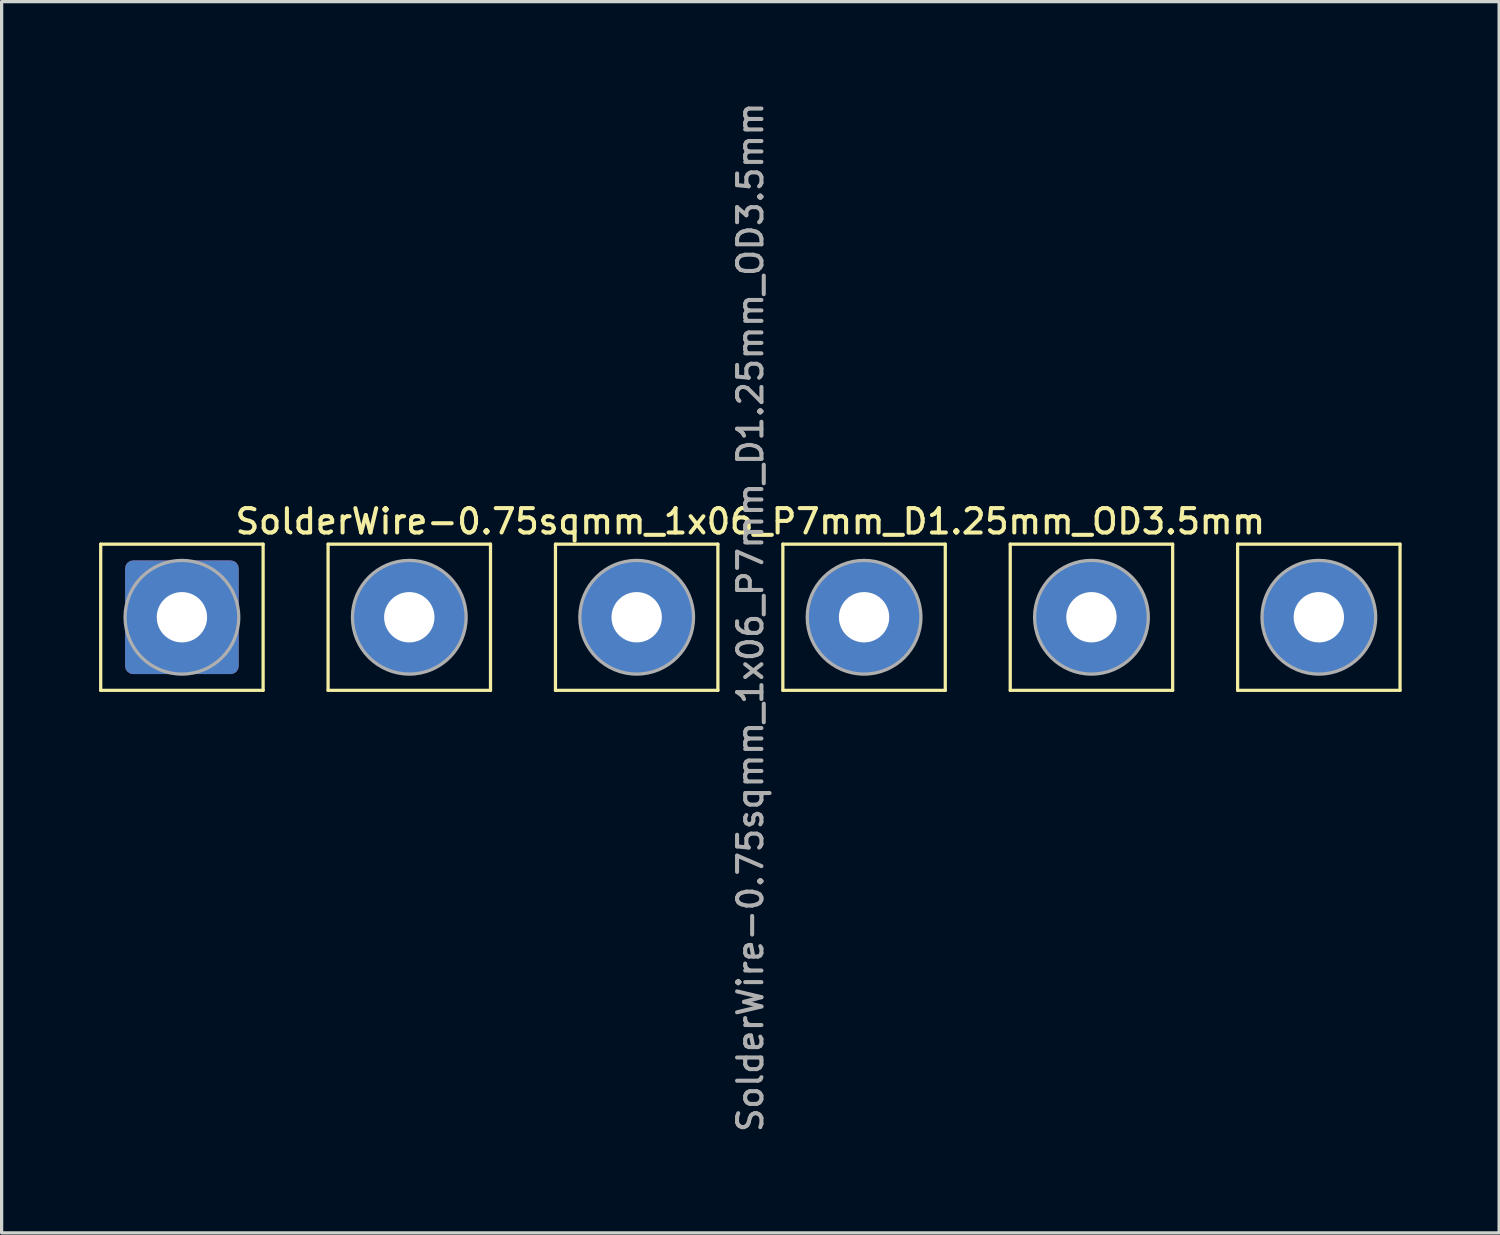
<source format=kicad_pcb>
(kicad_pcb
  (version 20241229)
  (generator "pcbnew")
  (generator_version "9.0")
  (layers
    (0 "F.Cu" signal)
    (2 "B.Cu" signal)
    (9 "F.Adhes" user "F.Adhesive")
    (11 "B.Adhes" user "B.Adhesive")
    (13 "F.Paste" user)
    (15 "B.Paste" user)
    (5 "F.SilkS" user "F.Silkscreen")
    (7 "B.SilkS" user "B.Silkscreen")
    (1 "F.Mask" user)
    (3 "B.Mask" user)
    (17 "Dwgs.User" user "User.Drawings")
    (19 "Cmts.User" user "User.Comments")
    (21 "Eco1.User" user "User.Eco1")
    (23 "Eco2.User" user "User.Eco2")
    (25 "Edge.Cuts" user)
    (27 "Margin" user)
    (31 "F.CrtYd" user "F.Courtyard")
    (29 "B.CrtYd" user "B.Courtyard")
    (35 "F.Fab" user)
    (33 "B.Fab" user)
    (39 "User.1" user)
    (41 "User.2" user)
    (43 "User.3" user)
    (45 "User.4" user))
  (footprint "SolderWire-0.75sqmm_1x06_P7mm_D1.25mm_OD3.5mm"
    (layer "F.Cu")
    (at 2.55 15.952)
    (property "Reference" "SolderWire-0.75sqmm_1x06_P7mm_D1.25mm_OD3.5mm" (at 17.5 -2.95 0) (layer "F.SilkS") (effects (font (size 0.75 0.75) (thickness 0.125))))
    (attr exclude_from_pos_files exclude_from_bom)
    (fp_line (start -2.5 -2.25) (end -2.5 2.25) (stroke (width 0.1) (type solid)) (layer "F.SilkS"))
    (fp_line (start -2.5 2.25) (end 2.5 2.25) (stroke (width 0.1) (type solid)) (layer "F.SilkS"))
    (fp_line (start 2.5 -2.25) (end -2.5 -2.25) (stroke (width 0.1) (type solid)) (layer "F.SilkS"))
    (fp_line (start 2.5 2.25) (end 2.5 -2.25) (stroke (width 0.1) (type solid)) (layer "F.SilkS"))
    (fp_line (start 4.5 -2.25) (end 4.5 2.25) (stroke (width 0.1) (type solid)) (layer "F.SilkS"))
    (fp_line (start 4.5 2.25) (end 9.5 2.25) (stroke (width 0.1) (type solid)) (layer "F.SilkS"))
    (fp_line (start 9.5 -2.25) (end 4.5 -2.25) (stroke (width 0.1) (type solid)) (layer "F.SilkS"))
    (fp_line (start 9.5 2.25) (end 9.5 -2.25) (stroke (width 0.1) (type solid)) (layer "F.SilkS"))
    (fp_line (start 11.5 -2.25) (end 11.5 2.25) (stroke (width 0.1) (type solid)) (layer "F.SilkS"))
    (fp_line (start 11.5 2.25) (end 16.5 2.25) (stroke (width 0.1) (type solid)) (layer "F.SilkS"))
    (fp_line (start 16.5 -2.25) (end 11.5 -2.25) (stroke (width 0.1) (type solid)) (layer "F.SilkS"))
    (fp_line (start 16.5 2.25) (end 16.5 -2.25) (stroke (width 0.1) (type solid)) (layer "F.SilkS"))
    (fp_line (start 18.5 -2.25) (end 18.5 2.25) (stroke (width 0.1) (type solid)) (layer "F.SilkS"))
    (fp_line (start 18.5 2.25) (end 23.5 2.25) (stroke (width 0.1) (type solid)) (layer "F.SilkS"))
    (fp_line (start 23.5 -2.25) (end 18.5 -2.25) (stroke (width 0.1) (type solid)) (layer "F.SilkS"))
    (fp_line (start 23.5 2.25) (end 23.5 -2.25) (stroke (width 0.1) (type solid)) (layer "F.SilkS"))
    (fp_line (start 25.5 -2.25) (end 25.5 2.25) (stroke (width 0.1) (type solid)) (layer "F.SilkS"))
    (fp_line (start 25.5 2.25) (end 30.5 2.25) (stroke (width 0.1) (type solid)) (layer "F.SilkS"))
    (fp_line (start 30.5 -2.25) (end 25.5 -2.25) (stroke (width 0.1) (type solid)) (layer "F.SilkS"))
    (fp_line (start 30.5 2.25) (end 30.5 -2.25) (stroke (width 0.1) (type solid)) (layer "F.SilkS"))
    (fp_line (start 32.5 -2.25) (end 32.5 2.25) (stroke (width 0.1) (type solid)) (layer "F.SilkS"))
    (fp_line (start 32.5 2.25) (end 37.5 2.25) (stroke (width 0.1) (type solid)) (layer "F.SilkS"))
    (fp_line (start 37.5 -2.25) (end 32.5 -2.25) (stroke (width 0.1) (type solid)) (layer "F.SilkS"))
    (fp_line (start 37.5 2.25) (end 37.5 -2.25) (stroke (width 0.1) (type solid)) (layer "F.SilkS"))
    (fp_circle (center 0 0) (end 1.75 0) (stroke (width 0.1) (type solid)) (fill no) (layer "F.Fab"))
    (fp_circle (center 7 0) (end 8.75 0) (stroke (width 0.1) (type solid)) (fill no) (layer "F.Fab"))
    (fp_circle (center 14 0) (end 15.75 0) (stroke (width 0.1) (type solid)) (fill no) (layer "F.Fab"))
    (fp_circle (center 21 0) (end 22.75 0) (stroke (width 0.1) (type solid)) (fill no) (layer "F.Fab"))
    (fp_circle (center 28 0) (end 29.75 0) (stroke (width 0.1) (type solid)) (fill no) (layer "F.Fab"))
    (fp_circle (center 35 0) (end 36.75 0) (stroke (width 0.1) (type solid)) (fill no) (layer "F.Fab"))
    (fp_text user "${REFERENCE}" (at 17.5 0 90) (layer "F.Fab") (effects (font (size 0.75 0.75) (thickness 0.125))))
    (pad "1" thru_hole roundrect (at 0 0) (size 3.5 3.5) (drill 1.55) (layers "*.Cu" "*.Mask") (roundrect_rratio 0.071))
    (pad "2" thru_hole circle (at 7 0) (size 3.5 3.5) (drill 1.55) (layers "*.Cu" "*.Mask"))
    (pad "3" thru_hole circle (at 14 0) (size 3.5 3.5) (drill 1.55) (layers "*.Cu" "*.Mask"))
    (pad "4" thru_hole circle (at 21 0) (size 3.5 3.5) (drill 1.55) (layers "*.Cu" "*.Mask"))
    (pad "5" thru_hole circle (at 28 0) (size 3.5 3.5) (drill 1.55) (layers "*.Cu" "*.Mask"))
    (pad "6" thru_hole circle (at 35 0) (size 3.5 3.5) (drill 1.55) (layers "*.Cu" "*.Mask")))
  (gr_rect
    (start -3 -3)
    (end 43.1 34.904)
    (stroke (width 0.1) (type default))
    (fill no)
    (layer "Edge.Cuts")))
</source>
